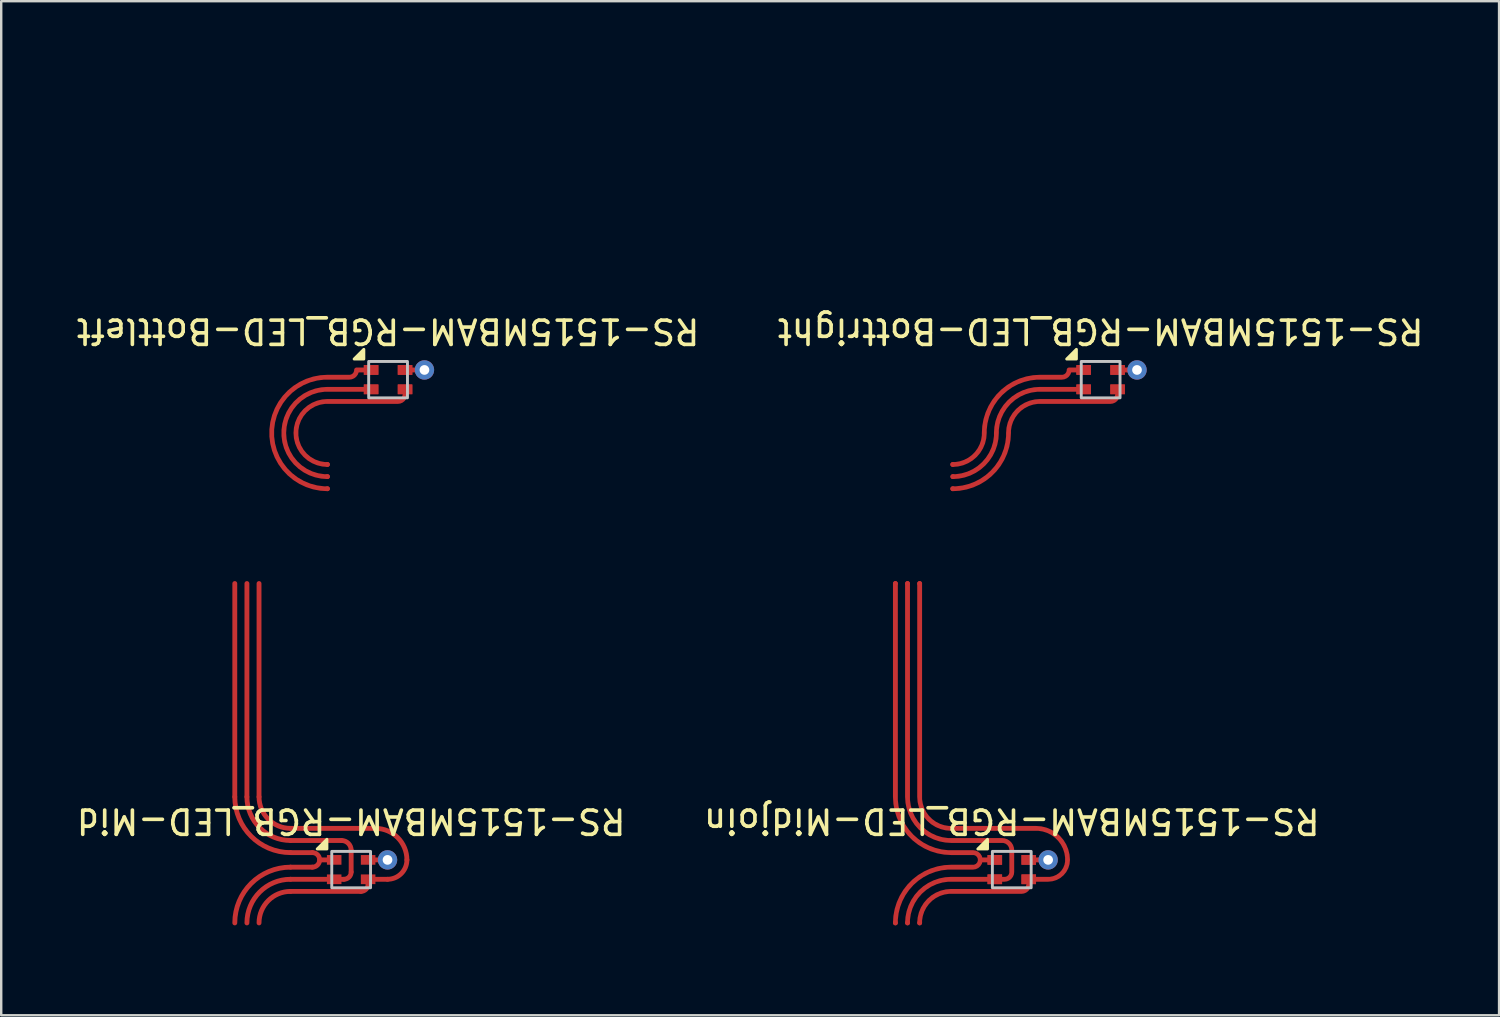
<source format=kicad_pcb>
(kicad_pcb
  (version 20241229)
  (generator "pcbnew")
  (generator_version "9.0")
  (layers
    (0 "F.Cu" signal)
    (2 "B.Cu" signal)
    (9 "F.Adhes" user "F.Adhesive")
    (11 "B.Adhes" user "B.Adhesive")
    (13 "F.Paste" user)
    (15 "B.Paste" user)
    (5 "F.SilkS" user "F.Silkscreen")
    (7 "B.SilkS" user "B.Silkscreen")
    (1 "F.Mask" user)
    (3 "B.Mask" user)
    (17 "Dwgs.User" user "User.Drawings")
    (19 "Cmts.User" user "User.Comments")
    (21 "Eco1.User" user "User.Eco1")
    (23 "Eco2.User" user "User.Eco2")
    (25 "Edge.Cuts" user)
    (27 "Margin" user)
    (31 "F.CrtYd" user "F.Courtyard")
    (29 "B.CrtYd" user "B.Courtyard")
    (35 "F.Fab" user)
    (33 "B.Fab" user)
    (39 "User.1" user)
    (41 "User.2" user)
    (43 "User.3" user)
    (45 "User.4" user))
  (footprint "RS-1515MBAM-RGB_LED-Midjoin"
    (layer "F.Cu")
    (at 38.685 32.82)
    (property "Reference" "RS-1515MBAM-RGB_LED-Midjoin" (at 0 -2 180) (unlocked yes) (layer "F.SilkS") (effects (font (size 1 1) (thickness 0.15))))
    (attr smd)
    (fp_poly (pts (xy -1 -0.85) (xy -1.4 -0.85) (xy -1 -1.25)) (stroke (width 0.12) (type solid)) (fill yes) (layer "F.SilkS"))
    (fp_rect (start -0.8 -0.75) (end 0.8 0.75) (stroke (width 0.12) (type solid)) (fill no) (layer "Dwgs.User"))
    (fp_line (start -2 -12.55) (end 2 -12.55) (stroke (width 0.12) (type solid)) (layer "User.4"))
    (fp_line (start -2 -11.05) (end 2 -11.05) (stroke (width 0.12) (type solid)) (layer "User.4"))
    (fp_line (start -2 1.45) (end 2 1.45) (stroke (width 0.12) (type solid)) (layer "User.4"))
    (fp_line (start -2 2.95) (end 2 2.95) (stroke (width 0.12) (type solid)) (layer "User.4"))
    (fp_arc (start -2 -11.05) (mid -2.75 -11.8) (end -2 -12.55) (stroke (width 0.12) (type solid)) (layer "User.4"))
    (fp_arc (start -2 2.95) (mid -2.75 2.2) (end -2 1.45) (stroke (width 0.12) (type solid)) (layer "User.4"))
    (fp_arc (start 2 -12.55) (mid 2.75 -11.8) (end 2 -11.05) (stroke (width 0.12) (type solid)) (layer "User.4"))
    (fp_arc (start 2 1.45) (mid 2.75 2.2) (end 2 2.95) (stroke (width 0.12) (type solid)) (layer "User.4"))
    (fp_circle (center 0 -4.8) (end 1.65 -4.8) (stroke (width 0.12) (type solid)) (fill no) (layer "User.4"))
    (pad "1" smd circle (at -4.8 -11.8) (size 0.2 0.2) (layers "F.Cu"))
    (pad "1" smd circle (at -4.8 2.2) (size 0.2 0.2) (layers "F.Cu"))
    (pad "1" smd rect (at -0.7 -0.4) (size 0.6 0.4) (layers "F.Cu" "F.Mask" "F.Paste"))
    (pad "1" smd custom (at -0.7 -0.4) (size 0.6 0.4) (layers "F.Cu") (options (anchor rect)) (primitives (gr_line (start 0 0) (end -0.6 0) (width 0.2)) (gr_arc (start -0.9 -0.3) (mid -0.6 0) (end -0.9 0.3) (width 0.2)) (gr_line (start -0.9 -0.3) (end -1.8 -0.3) (width 0.2)) (gr_arc (start -1.8 -0.3) (mid -3.426345 -0.973653) (end -4.1 -2.599998) (width 0.2)) (gr_line (start -4.1 -2.6) (end -4.1 -11.4) (width 0.2)) (gr_line (start -0.9 0.3) (end -1.8 0.3) (width 0.2)) (gr_arc (start -4.1 2.6) (mid -3.426347 0.973655) (end -1.800002 0.3) (width 0.2))))
    (pad "2" smd rect (at 0.7 -0.4) (size 0.6 0.4) (layers "F.Cu" "F.Mask" "F.Paste"))
    (pad "2" smd custom (at 0.7 -0.4) (size 0.6 0.4) (layers "F.Cu") (options (anchor rect)) (primitives (gr_line (start 0 0) (end 0.8 0) (width 0.2))))
    (pad "2" thru_hole circle (at 1.5 -0.4) (size 0.8 0.8) (drill 0.4) (layers "*.Cu"))
    (pad "3" smd circle (at -3.8 -11.8) (size 0.2 0.2) (layers "F.Cu"))
    (pad "3" smd circle (at -3.8 2.2) (size 0.2 0.2) (layers "F.Cu"))
    (pad "3" smd rect (at 0.7 0.4) (size 0.6 0.4) (layers "F.Cu" "F.Mask" "F.Paste"))
    (pad "3" smd custom (at 0.7 0.4) (size 0.6 0.4) (layers "F.Cu") (options (anchor rect)) (primitives (gr_arc (start 0 0.2) (mid -0.087868 0.412132) (end -0.3 0.5) (width 0.2)) (gr_line (start -0.3 0.5) (end -3.2 0.5) (width 0.2)) (gr_arc (start -4.5 1.8) (mid -4.11924 0.880762) (end -3.200002 0.5) (width 0.2)) (gr_line (start 0 0.2) (end 0 0) (width 0.2)) (gr_line (start 0.8 0) (end 0 0) (width 0.2)) (gr_arc (start 1.6 -0.8) (mid 1.366178 -0.234808) (end 0.801394 -0.000001) (width 0.2)) (gr_arc (start 0.3 -2.1) (mid 1.219238 -1.71924) (end 1.6 -0.800002) (width 0.2)) (gr_line (start -3.2 -2.1) (end 0.3 -2.1) (width 0.2)) (gr_arc (start -3.2 -2.1) (mid -4.119238 -2.48076) (end -4.5 -3.399998) (width 0.2)) (gr_line (start -4.5 -3.4) (end -4.5 -12.2) (width 0.2))))
    (pad "4" smd circle (at -4.3 -11.8) (size 0.2 0.2) (layers "F.Cu"))
    (pad "4" smd circle (at -4.3 2.2) (size 0.2 0.2) (layers "F.Cu"))
    (pad "4" smd rect (at -0.7 0.4) (size 0.6 0.4) (layers "F.Cu" "F.Mask" "F.Paste"))
    (pad "4" smd custom (at -0.7 0.4) (size 0.6 0.4) (layers "F.Cu") (options (anchor rect)) (primitives (gr_line (start 0 0) (end -1.8 0) (width 0.2)) (gr_arc (start -3.6 1.8) (mid -3.073902 0.528319) (end -1.80314 0.000003) (width 0.2)) (gr_line (start 0 0) (end 0.4 0) (width 0.2)) (gr_arc (start 0.7 -0.3) (mid 0.612132 -0.087868) (end 0.4 0) (width 0.2)) (gr_line (start 0.7 -0.3) (end 0.7 -1.2) (width 0.2)) (gr_arc (start 0.3 -1.6) (mid 0.582842 -1.482844) (end 0.7 -1.200002) (width 0.2)) (gr_line (start 0.3 -1.6) (end -1.8 -1.6) (width 0.2)) (gr_arc (start -1.8 -1.6) (mid -3.071681 -2.126098) (end -3.599997 -3.39686) (width 0.2)) (gr_line (start -3.6 -3.4) (end -3.6 -12.2) (width 0.2)))))
  (footprint "RS-1515MBAM-RGB_LED-Bottright"
    (layer "F.Cu")
    (at 42.351 12.61)
    (property "Reference" "RS-1515MBAM-RGB_LED-Bottright" (at 0 -2 180) (unlocked yes) (layer "F.SilkS") (effects (font (size 1 1) (thickness 0.15))))
    (attr smd)
    (fp_poly (pts (xy -1 -0.85) (xy -1.4 -0.85) (xy -1 -1.25)) (stroke (width 0.12) (type solid)) (fill yes) (layer "F.SilkS"))
    (fp_rect (start -0.8 -0.75) (end 0.8 0.75) (stroke (width 0.12) (type solid)) (fill no) (layer "Dwgs.User"))
    (fp_line (start -2 -12.55) (end 2 -12.55) (stroke (width 0.12) (type solid)) (layer "User.4"))
    (fp_line (start -2 -11.05) (end 2 -11.05) (stroke (width 0.12) (type solid)) (layer "User.4"))
    (fp_line (start -2 1.45) (end 2 1.45) (stroke (width 0.12) (type solid)) (layer "User.4"))
    (fp_line (start -2 2.95) (end 2 2.95) (stroke (width 0.12) (type solid)) (layer "User.4"))
    (fp_arc (start -2 -11.05) (mid -2.75 -11.8) (end -2 -12.55) (stroke (width 0.12) (type solid)) (layer "User.4"))
    (fp_arc (start -2 2.95) (mid -2.75 2.2) (end -2 1.45) (stroke (width 0.12) (type solid)) (layer "User.4"))
    (fp_arc (start 2 -12.55) (mid 2.75 -11.8) (end 2 -11.05) (stroke (width 0.12) (type solid)) (layer "User.4"))
    (fp_arc (start 2 1.45) (mid 2.75 2.2) (end 2 2.95) (stroke (width 0.12) (type solid)) (layer "User.4"))
    (fp_circle (center 0 -4.8) (end 1.65 -4.8) (stroke (width 0.12) (type solid)) (fill no) (layer "User.4"))
    (pad "1" smd circle (at -6.1 3.5) (size 0.2 0.2) (layers "F.Cu"))
    (pad "1" smd rect (at -0.7 -0.4) (size 0.6 0.4) (layers "F.Cu" "F.Mask" "F.Paste"))
    (pad "1" smd custom (at -0.7 -0.4) (size 0.6 0.4) (layers "F.Cu") (options (anchor rect)) (primitives (gr_line (start 0 0) (end -0.6 0) (width 0.2)) (gr_arc (start -0.6 0) (mid -0.687868 0.212132) (end -0.9 0.3) (width 0.2)) (gr_line (start -0.9 0.3) (end -1.8 0.3) (width 0.2)) (gr_arc (start -4.1 2.6) (mid -3.426347 0.973655) (end -1.800002 0.3) (width 0.2)) (gr_arc (start -4.1 2.6) (mid -4.48076 3.519238) (end -5.399998 3.9) (width 0.2))))
    (pad "2" smd rect (at 0.7 -0.4) (size 0.6 0.4) (layers "F.Cu" "F.Mask" "F.Paste"))
    (pad "2" smd custom (at 0.7 -0.4) (size 0.6 0.4) (layers "F.Cu") (options (anchor rect)) (primitives (gr_line (start 0 0) (end 0.8 0) (width 0.2))))
    (pad "2" thru_hole circle (at 1.5 -0.4) (size 0.8 0.8) (drill 0.4) (layers "*.Cu"))
    (pad "3" smd circle (at -6.1 4.5) (size 0.2 0.2) (layers "F.Cu"))
    (pad "3" smd rect (at 0.7 0.4) (size 0.6 0.4) (layers "F.Cu" "F.Mask" "F.Paste"))
    (pad "3" smd custom (at 0.7 0.4) (size 0.6 0.4) (layers "F.Cu") (options (anchor rect)) (primitives (gr_line (start 0 0.2) (end 0 0) (width 0.2)) (gr_arc (start 0 0.2) (mid -0.087868 0.412132) (end -0.3 0.5) (width 0.2)) (gr_line (start -0.3 0.5) (end -3.2 0.5) (width 0.2)) (gr_arc (start -4.5 1.8) (mid -4.11924 0.880762) (end -3.200002 0.5) (width 0.2)) (gr_arc (start -4.5 1.8) (mid -5.173653 3.426345) (end -6.799998 4.1) (width 0.2))))
    (pad "4" smd circle (at -6.097 4) (size 0.2 0.2) (layers "F.Cu"))
    (pad "4" smd rect (at -0.7 0.4) (size 0.6 0.4) (layers "F.Cu" "F.Mask" "F.Paste"))
    (pad "4" smd custom (at -0.7 0.4) (size 0.6 0.4) (layers "F.Cu") (options (anchor rect)) (primitives (gr_line (start 0 0) (end -1.8 0) (width 0.2)) (gr_arc (start -3.6 1.8) (mid -3.073902 0.528319) (end -1.803141 0.000004) (width 0.2)) (gr_arc (start -3.6 1.8) (mid -4.126098 3.071681) (end -5.396859 3.599996) (width 0.2)))))
  (footprint "RS-1515MBAM-RGB_LED-Bottleft"
    (layer "F.Cu")
    (at 12.958 12.61)
    (property "Reference" "RS-1515MBAM-RGB_LED-Bottleft" (at 0 -2 180) (unlocked yes) (layer "F.SilkS") (effects (font (size 1 1) (thickness 0.15))))
    (attr smd)
    (fp_poly (pts (xy -1 -0.85) (xy -1.4 -0.85) (xy -1 -1.25)) (stroke (width 0.12) (type solid)) (fill yes) (layer "F.SilkS"))
    (fp_rect (start -0.8 -0.75) (end 0.8 0.75) (stroke (width 0.12) (type solid)) (fill no) (layer "Dwgs.User"))
    (fp_line (start -2 -12.55) (end 2 -12.55) (stroke (width 0.12) (type solid)) (layer "User.4"))
    (fp_line (start -2 -11.05) (end 2 -11.05) (stroke (width 0.12) (type solid)) (layer "User.4"))
    (fp_line (start -2 1.45) (end 2 1.45) (stroke (width 0.12) (type solid)) (layer "User.4"))
    (fp_line (start -2 2.95) (end 2 2.95) (stroke (width 0.12) (type solid)) (layer "User.4"))
    (fp_arc (start -2 -11.05) (mid -2.75 -11.8) (end -2 -12.55) (stroke (width 0.12) (type solid)) (layer "User.4"))
    (fp_arc (start -2 2.95) (mid -2.75 2.2) (end -2 1.45) (stroke (width 0.12) (type solid)) (layer "User.4"))
    (fp_arc (start 2 -12.55) (mid 2.75 -11.8) (end 2 -11.05) (stroke (width 0.12) (type solid)) (layer "User.4"))
    (fp_arc (start 2 1.45) (mid 2.75 2.2) (end 2 2.95) (stroke (width 0.12) (type solid)) (layer "User.4"))
    (fp_circle (center 0 -4.8) (end 1.65 -4.8) (stroke (width 0.12) (type solid)) (fill no) (layer "User.4"))
    (pad "1" smd circle (at -2.5 4.5) (size 0.2 0.2) (layers "F.Cu"))
    (pad "1" smd rect (at -0.7 -0.4) (size 0.6 0.4) (layers "F.Cu" "F.Mask" "F.Paste"))
    (pad "1" smd custom (at -0.7 -0.4) (size 0.6 0.4) (layers "F.Cu") (options (anchor rect)) (primitives (gr_line (start 0 0) (end -0.6 0) (width 0.2)) (gr_arc (start -0.6 0) (mid -0.687868 0.212132) (end -0.9 0.3) (width 0.2)) (gr_line (start -0.9 0.3) (end -1.8 0.3) (width 0.2)) (gr_arc (start -1.8 4.9) (mid -4.1 2.6) (end -1.8 0.3) (width 0.2))))
    (pad "2" smd rect (at 0.7 -0.4) (size 0.6 0.4) (layers "F.Cu" "F.Mask" "F.Paste"))
    (pad "2" smd custom (at 0.7 -0.4) (size 0.6 0.4) (layers "F.Cu") (options (anchor rect)) (primitives (gr_line (start 0 0) (end 0.8 0) (width 0.2))))
    (pad "2" thru_hole circle (at 1.5 -0.4) (size 0.8 0.8) (drill 0.4) (layers "*.Cu"))
    (pad "3" smd circle (at -2.5 3.5) (size 0.2 0.2) (layers "F.Cu"))
    (pad "3" smd rect (at 0.7 0.4) (size 0.6 0.4) (layers "F.Cu" "F.Mask" "F.Paste"))
    (pad "3" smd custom (at 0.7 0.4) (size 0.6 0.4) (layers "F.Cu") (options (anchor rect)) (primitives (gr_line (start 0 0.2) (end 0 0) (width 0.2)) (gr_arc (start 0 0.2) (mid -0.087868 0.412132) (end -0.3 0.5) (width 0.2)) (gr_line (start -0.3 0.5) (end -3.2 0.5) (width 0.2)) (gr_arc (start -3.2 3.1) (mid -4.5 1.8) (end -3.2 0.5) (width 0.2))))
    (pad "4" smd circle (at -2.5 4) (size 0.2 0.2) (layers "F.Cu"))
    (pad "4" smd rect (at -0.7 0.4) (size 0.6 0.4) (layers "F.Cu" "F.Mask" "F.Paste"))
    (pad "4" smd custom (at -0.7 0.4) (size 0.6 0.4) (layers "F.Cu") (options (anchor rect)) (primitives (gr_line (start 0 0) (end -1.8 0) (width 0.2)) (gr_arc (start -1.8 3.6) (mid -3.6 1.8) (end -1.8 0) (width 0.2)))))
  (footprint "RS-1515MBAM-RGB_LED-Mid"
    (layer "F.Cu")
    (at 11.435 32.82)
    (property "Reference" "RS-1515MBAM-RGB_LED-Mid" (at 0 -2 180) (unlocked yes) (layer "F.SilkS") (effects (font (size 1 1) (thickness 0.15))))
    (attr smd)
    (fp_line (start -4.8 -3) (end -4.8 -11.8) (stroke (width 0.2) (type solid)) (layer "F.Cu"))
    (fp_line (start -4.3 -3) (end -4.3 -11.8) (stroke (width 0.2) (type solid)) (layer "F.Cu"))
    (fp_line (start -3.8 -3) (end -3.8 -11.8) (stroke (width 0.2) (type solid)) (layer "F.Cu"))
    (fp_line (start -2.5 -1.7) (end 1 -1.7) (stroke (width 0.2) (type solid)) (layer "F.Cu"))
    (fp_line (start -1.6 -0.7) (end -2.5 -0.7) (stroke (width 0.2) (type solid)) (layer "F.Cu"))
    (fp_line (start -1.6 -0.1) (end -2.5 -0.1) (stroke (width 0.2) (type solid)) (layer "F.Cu"))
    (fp_line (start -0.7 -0.4) (end -1.3 -0.4) (stroke (width 0.2) (type solid)) (layer "F.Cu"))
    (fp_line (start -0.7 0.4) (end -2.5 0.4) (stroke (width 0.2) (type solid)) (layer "F.Cu"))
    (fp_line (start -0.7 0.4) (end -0.3 0.4) (stroke (width 0.2) (type solid)) (layer "F.Cu"))
    (fp_line (start -0.4 -1.2) (end -2.5 -1.2) (stroke (width 0.2) (type solid)) (layer "F.Cu"))
    (fp_line (start 0 0.1) (end 0 -0.8) (stroke (width 0.2) (type solid)) (layer "F.Cu"))
    (fp_line (start 0.4 0.9) (end -2.5 0.9) (stroke (width 0.2) (type solid)) (layer "F.Cu"))
    (fp_line (start 0.7 -0.4) (end 1.5 -0.4) (stroke (width 0.2) (type solid)) (layer "F.Cu"))
    (fp_line (start 0.7 0.6) (end 0.7 0.4) (stroke (width 0.2) (type solid)) (layer "F.Cu"))
    (fp_line (start 1.5 0.4) (end 0.7 0.4) (stroke (width 0.2) (type solid)) (layer "F.Cu"))
    (fp_arc (start -4.8 2.2) (mid -4.126346 0.573654) (end -2.5 -0.1) (stroke (width 0.2) (type solid)) (layer "F.Cu"))
    (fp_arc (start -4.3 2.2) (mid -3.772792 0.927208) (end -2.5 0.4) (stroke (width 0.2) (type solid)) (layer "F.Cu"))
    (fp_arc (start -3.8 2.2) (mid -3.419239 1.280761) (end -2.5 0.9) (stroke (width 0.2) (type solid)) (layer "F.Cu"))
    (fp_arc (start -2.5 -1.7) (mid -3.419239 -2.080761) (end -3.8 -3) (stroke (width 0.2) (type solid)) (layer "F.Cu"))
    (fp_arc (start -2.5 -1.2) (mid -3.772792 -1.727208) (end -4.3 -3) (stroke (width 0.2) (type solid)) (layer "F.Cu"))
    (fp_arc (start -2.5 -0.7) (mid -4.126346 -1.373654) (end -4.8 -3) (stroke (width 0.2) (type solid)) (layer "F.Cu"))
    (fp_arc (start -1.6 -0.7) (mid -1.3 -0.4) (end -1.6 -0.1) (stroke (width 0.2) (type solid)) (layer "F.Cu"))
    (fp_arc (start -0.4 -1.2) (mid -0.117157 -1.082843) (end 0 -0.8) (stroke (width 0.2) (type solid)) (layer "F.Cu"))
    (fp_arc (start 0 0.1) (mid -0.087868 0.312132) (end -0.3 0.4) (stroke (width 0.2) (type solid)) (layer "F.Cu"))
    (fp_arc (start 0.7 0.6) (mid 0.612132 0.812132) (end 0.4 0.9) (stroke (width 0.2) (type solid)) (layer "F.Cu"))
    (fp_arc (start 1 -1.7) (mid 1.919239 -1.319239) (end 2.3 -0.4) (stroke (width 0.2) (type solid)) (layer "F.Cu"))
    (fp_arc (start 2.3 -0.4) (mid 2.065685 0.165685) (end 1.5 0.4) (stroke (width 0.2) (type solid)) (layer "F.Cu"))
    (fp_poly (pts (xy -1 -0.85) (xy -1.4 -0.85) (xy -1 -1.25)) (stroke (width 0.12) (type solid)) (fill yes) (layer "F.SilkS"))
    (fp_rect (start -0.8 -0.75) (end 0.8 0.75) (stroke (width 0.12) (type solid)) (fill no) (layer "Dwgs.User"))
    (fp_line (start -2 -12.55) (end 2 -12.55) (stroke (width 0.12) (type solid)) (layer "User.4"))
    (fp_line (start -2 -11.05) (end 2 -11.05) (stroke (width 0.12) (type solid)) (layer "User.4"))
    (fp_line (start -2 1.45) (end 2 1.45) (stroke (width 0.12) (type solid)) (layer "User.4"))
    (fp_line (start -2 2.95) (end 2 2.95) (stroke (width 0.12) (type solid)) (layer "User.4"))
    (fp_arc (start -2 -11.05) (mid -2.75 -11.8) (end -2 -12.55) (stroke (width 0.12) (type solid)) (layer "User.4"))
    (fp_arc (start -2 2.95) (mid -2.75 2.2) (end -2 1.45) (stroke (width 0.12) (type solid)) (layer "User.4"))
    (fp_arc (start 2 -12.55) (mid 2.75 -11.8) (end 2 -11.05) (stroke (width 0.12) (type solid)) (layer "User.4"))
    (fp_arc (start 2 1.45) (mid 2.75 2.2) (end 2 2.95) (stroke (width 0.12) (type solid)) (layer "User.4"))
    (fp_circle (center 0 -4.8) (end 1.65 -4.8) (stroke (width 0.12) (type solid)) (fill no) (layer "User.4"))
    (pad "1" smd rect (at -0.7 -0.4) (size 0.6 0.4) (layers "F.Cu" "F.Mask" "F.Paste"))
    (pad "2" smd rect (at 0.7 -0.4) (size 0.6 0.4) (layers "F.Cu" "F.Mask" "F.Paste"))
    (pad "2" thru_hole circle (at 1.5 -0.4) (size 0.8 0.8) (drill 0.4) (layers "*.Cu" "*.Mask"))
    (pad "3" smd rect (at 0.7 0.4) (size 0.6 0.4) (layers "F.Cu" "F.Mask" "F.Paste"))
    (pad "4" smd rect (at -0.7 0.4) (size 0.6 0.4) (layers "F.Cu" "F.Mask" "F.Paste")))
  (gr_rect
    (start -3 -3)
    (end 58.786 38.83)
    (stroke (width 0.1) (type default))
    (fill no)
    (layer "Edge.Cuts")))
</source>
